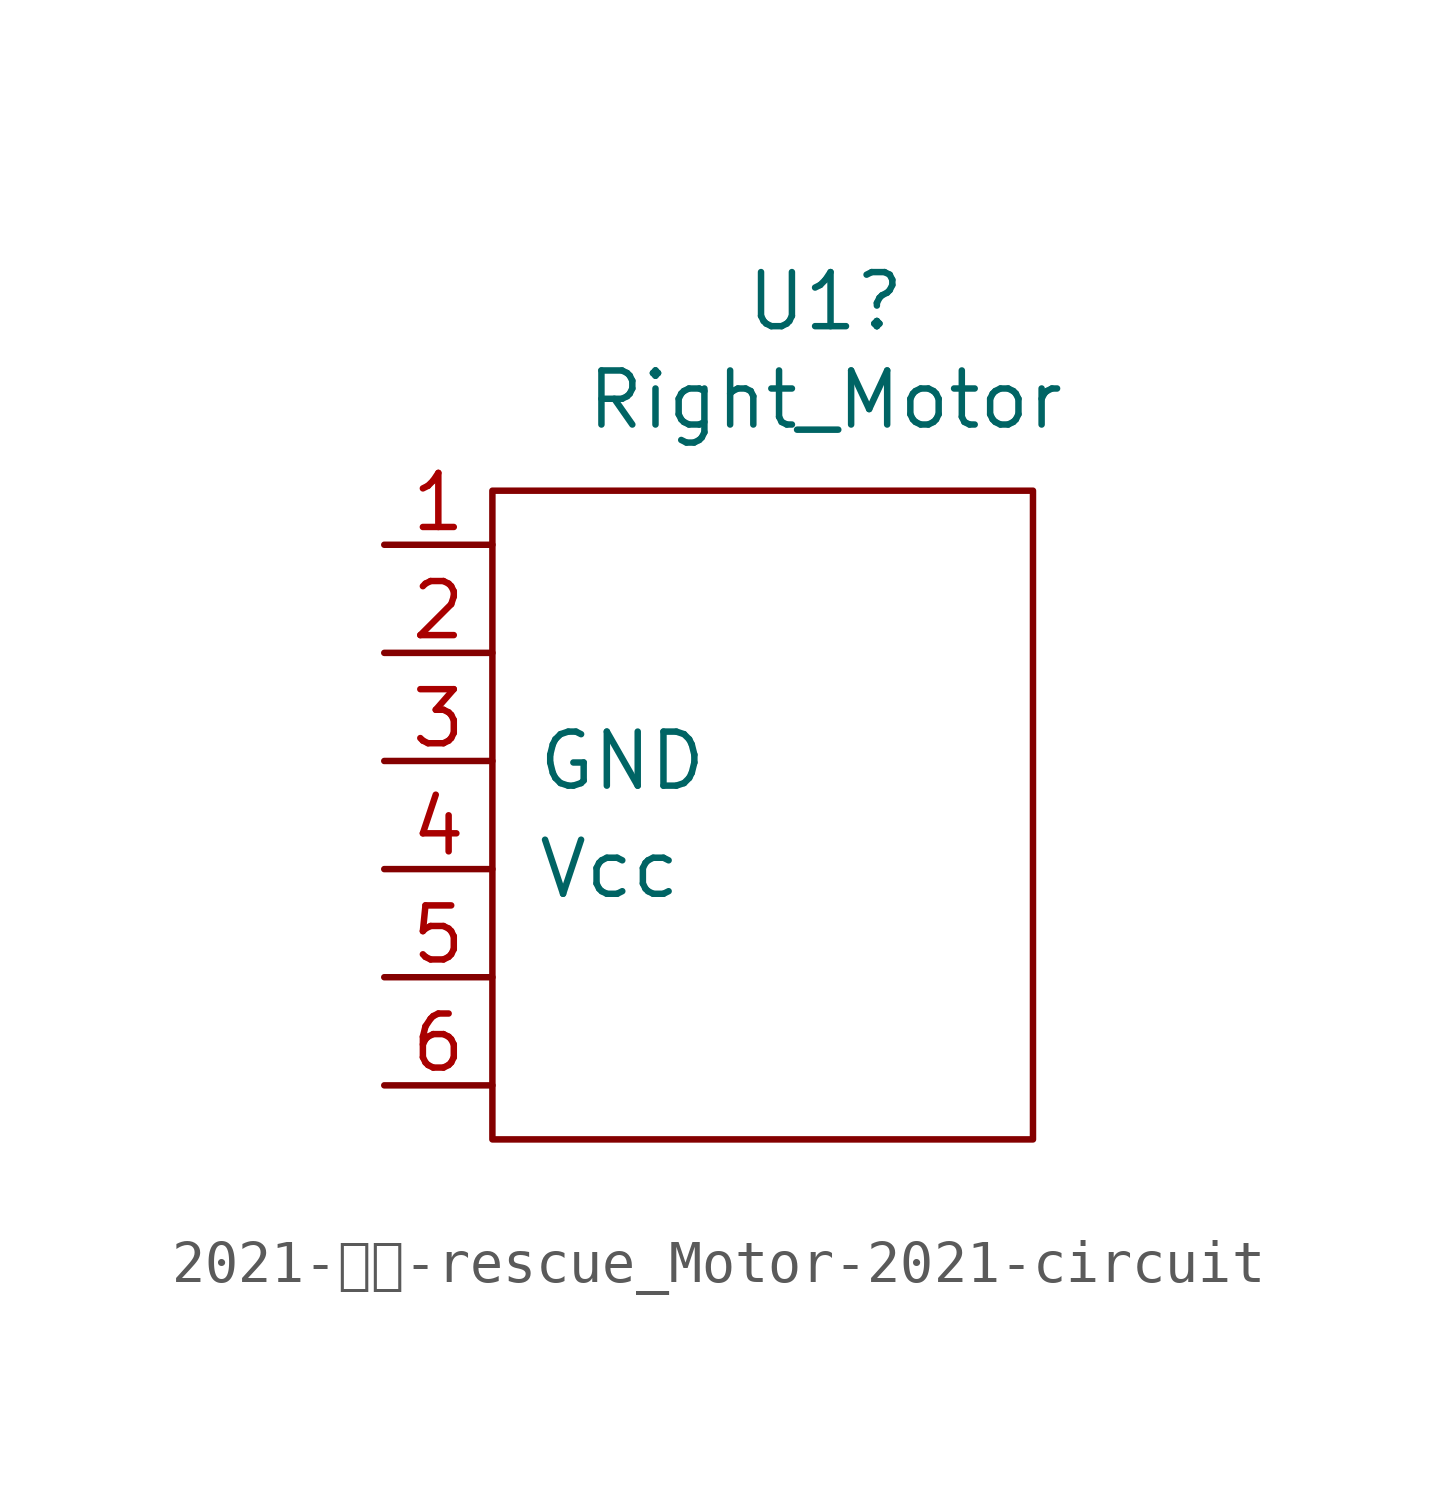
<source format=kicad_sym>
(kicad_symbol_lib
  (version 20211014)
  (generator kicad_symbol_editor)
  (symbol "2021-回路-rescue_Motor-2021-circuit"
    (pin_names
      (offset 1.016))
    (property "Reference" "U1"
      (at 1.473 1.905 0)
      (effects (font (size 1.27 1.27))))
    (property "Value" "Right_Motor"
      (at 1.473 -0.406 0)
      (effects (font (size 1.27 1.27))))
    (symbol "2021-回路-rescue_Motor-2021-circuit_0_1"
      (rectangle (start -6.35 -2.54) (end 6.35 -17.78) (stroke (width 0) (type default) (color 0 0 0 0)) (fill (type none))))
    (symbol "2021-回路-rescue_Motor-2021-circuit_1_1"
      (pin input line (at -8.89 -3.81 0) (length 2.54) (name "~" (effects (font (size 1.27 1.27)))) (number "1" (effects (font (size 1.27 1.27)))))
      (pin input line (at -8.89 -6.35 0) (length 2.54) (name "~" (effects (font (size 1.27 1.27)))) (number "2" (effects (font (size 1.27 1.27)))))
      (pin input line (at -8.89 -8.89 0) (length 2.54) (name "GND" (effects (font (size 1.27 1.27)))) (number "3" (effects (font (size 1.27 1.27)))))
      (pin input line (at -8.89 -11.43 0) (length 2.54) (name "Vcc" (effects (font (size 1.27 1.27)))) (number "4" (effects (font (size 1.27 1.27)))))
      (pin output line (at -8.89 -13.97 0) (length 2.54) (name "~" (effects (font (size 1.27 1.27)))) (number "5" (effects (font (size 1.27 1.27)))))
      (pin output line (at -8.89 -16.51 0) (length 2.54) (name "~" (effects (font (size 1.27 1.27)))) (number "6" (effects (font (size 1.27 1.27))))))))
</source>
